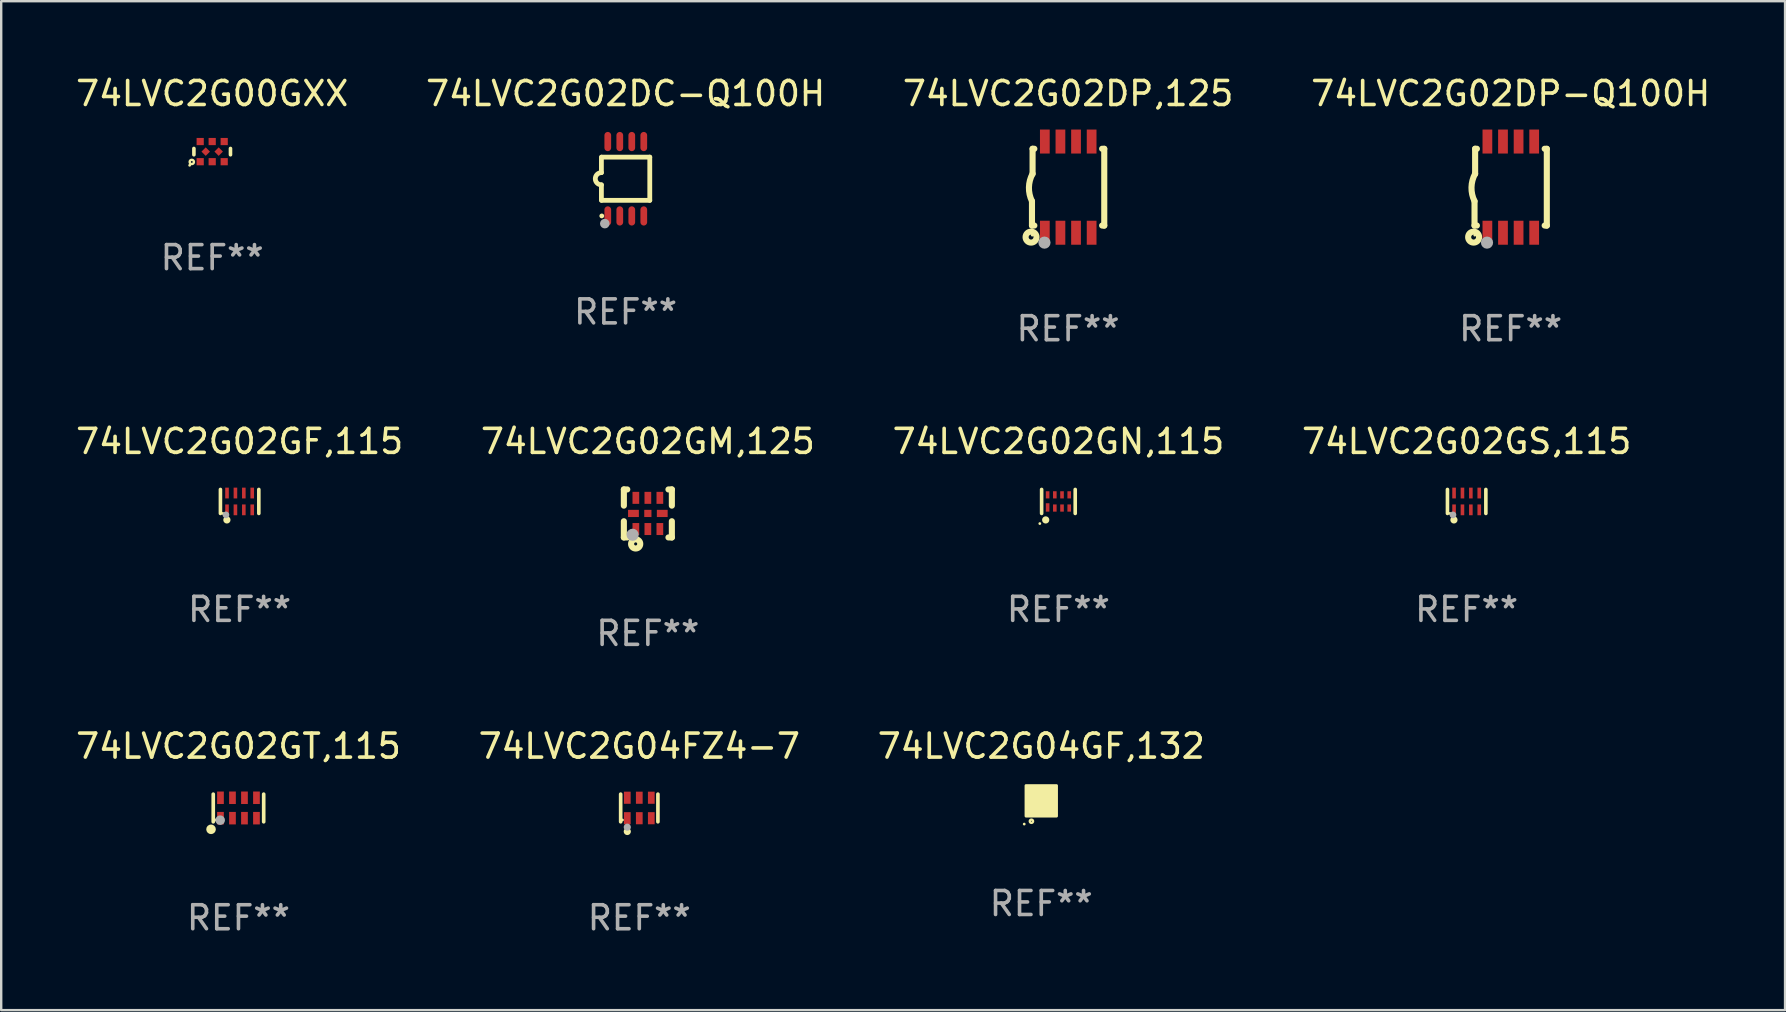
<source format=kicad_pcb>
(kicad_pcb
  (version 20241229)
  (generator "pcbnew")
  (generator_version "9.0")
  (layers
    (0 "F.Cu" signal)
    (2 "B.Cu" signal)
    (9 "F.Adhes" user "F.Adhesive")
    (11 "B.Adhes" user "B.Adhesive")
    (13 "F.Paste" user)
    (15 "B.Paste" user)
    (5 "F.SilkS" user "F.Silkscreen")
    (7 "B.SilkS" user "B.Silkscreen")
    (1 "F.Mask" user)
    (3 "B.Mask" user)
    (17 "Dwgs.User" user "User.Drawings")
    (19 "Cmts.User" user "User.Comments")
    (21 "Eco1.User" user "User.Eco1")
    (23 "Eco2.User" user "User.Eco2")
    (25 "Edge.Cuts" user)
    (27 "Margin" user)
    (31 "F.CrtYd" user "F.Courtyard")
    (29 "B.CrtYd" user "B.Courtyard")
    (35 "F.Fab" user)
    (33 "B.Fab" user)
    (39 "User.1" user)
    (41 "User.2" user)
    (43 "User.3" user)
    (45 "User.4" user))
  (footprint "74LVC2G02GS,115"
    (layer "F.Cu")
    (at 58.065 17.845)
    (property "Reference" "74LVC2G02GS,115" (at 0 -2.5 0) (layer "F.SilkS") (effects (font (size 1 1) (thickness 0.15))))
    (attr through_hole)
    (fp_line (start -0.8 -0.5) (end -0.8 0.5) (stroke (width 0.15) (type solid)) (layer "F.SilkS"))
    (fp_line (start 0.8 -0.5) (end 0.8 0.5) (stroke (width 0.15) (type solid)) (layer "F.SilkS"))
    (fp_circle (center -0.7 0.5) (end -0.67 0.5) (stroke (width 0.06) (type solid)) (fill no) (layer "F.SilkS"))
    (fp_circle (center -0.53 0.77) (end -0.454 0.77) (stroke (width 0.15) (type solid)) (fill no) (layer "F.SilkS"))
    (fp_circle (center -0.57 0.56) (end -0.5 0.56) (stroke (width 0.14) (type solid)) (fill no) (layer "F.Fab"))
    (fp_text user "REF**" (at 0 4.5 0) (layer "F.Fab") (effects (font (size 1 1) (thickness 0.15))))
    (pad "1" smd rect (at -0.525 0.35) (size 0.15 0.45) (layers "F.Cu" "F.Mask" "F.Paste"))
    (pad "2" smd rect (at -0.175 0.35) (size 0.15 0.45) (layers "F.Cu" "F.Mask" "F.Paste"))
    (pad "3" smd rect (at 0.175 0.35) (size 0.15 0.45) (layers "F.Cu" "F.Mask" "F.Paste"))
    (pad "4" smd rect (at 0.525 0.35) (size 0.15 0.45) (layers "F.Cu" "F.Mask" "F.Paste"))
    (pad "5" smd rect (at 0.525 -0.35) (size 0.15 0.45) (layers "F.Cu" "F.Mask" "F.Paste"))
    (pad "6" smd rect (at 0.175 -0.35) (size 0.15 0.45) (layers "F.Cu" "F.Mask" "F.Paste"))
    (pad "7" smd rect (at -0.175 -0.35) (size 0.15 0.45) (layers "F.Cu" "F.Mask" "F.Paste"))
    (pad "8" smd rect (at -0.525 -0.35) (size 0.15 0.45) (layers "F.Cu" "F.Mask" "F.Paste")))
  (footprint "74LVC2G00GXX"
    (layer "F.Cu")
    (at 5.792 3.268)
    (property "Reference" "74LVC2G00GXX" (at 0 -2.42 0) (layer "F.SilkS") (effects (font (size 1 1) (thickness 0.15))))
    (attr through_hole)
    (fp_line (start -0.762 -0.131) (end -0.762 0.131) (stroke (width 0.15) (type solid)) (layer "F.SilkS"))
    (fp_line (start 0.762 -0.131) (end 0.762 0.131) (stroke (width 0.15) (type solid)) (layer "F.SilkS"))
    (fp_circle (center -0.939 0.57) (end -0.909 0.57) (stroke (width 0.06) (type solid)) (fill no) (layer "F.SilkS"))
    (fp_circle (center -0.85 0.43) (end -0.811 0.43) (stroke (width 0.1) (type solid)) (fill no) (layer "F.SilkS"))
    (fp_text user "REF**" (at 0 4.42 0) (layer "F.Fab") (effects (font (size 1 1) (thickness 0.15))))
    (pad "1" smd rect (at -0.5 0.42) (size 0.3 0.3) (layers "F.Cu" "F.Mask" "F.Paste"))
    (pad "2" smd rect (at 0.000127 0.42) (size 0.3 0.3) (layers "F.Cu" "F.Mask" "F.Paste"))
    (pad "3" smd rect (at 0.5 0.42) (size 0.3 0.3) (layers "F.Cu" "F.Mask" "F.Paste"))
    (pad "4" smd rect (at 0.27 0 45) (size 0.25 0.25) (layers "F.Cu" "F.Mask" "F.Paste"))
    (pad "5" smd rect (at 0.5 -0.42) (size 0.3 0.3) (layers "F.Cu" "F.Mask" "F.Paste"))
    (pad "6" smd rect (at 0.000127 -0.42) (size 0.3 0.3) (layers "F.Cu" "F.Mask" "F.Paste"))
    (pad "7" smd rect (at -0.5 -0.42) (size 0.3 0.3) (layers "F.Cu" "F.Mask" "F.Paste"))
    (pad "8" smd rect (at -0.27 0 45) (size 0.25 0.25) (layers "F.Cu" "F.Mask" "F.Paste")))
  (footprint "74LVC2G02GF,115"
    (layer "F.Cu")
    (at 6.935 17.845)
    (property "Reference" "74LVC2G02GF,115" (at 0 -2.5 0) (layer "F.SilkS") (effects (font (size 1 1) (thickness 0.15))))
    (attr through_hole)
    (fp_line (start -0.8 -0.5) (end -0.8 0.5) (stroke (width 0.15) (type solid)) (layer "F.SilkS"))
    (fp_line (start 0.8 -0.5) (end 0.8 0.5) (stroke (width 0.15) (type solid)) (layer "F.SilkS"))
    (fp_circle (center -0.7 0.5) (end -0.67 0.5) (stroke (width 0.06) (type solid)) (fill no) (layer "F.SilkS"))
    (fp_circle (center -0.53 0.77) (end -0.454 0.77) (stroke (width 0.15) (type solid)) (fill no) (layer "F.SilkS"))
    (fp_circle (center -0.57 0.56) (end -0.5 0.56) (stroke (width 0.14) (type solid)) (fill no) (layer "F.Fab"))
    (fp_text user "REF**" (at 0 4.5 0) (layer "F.Fab") (effects (font (size 1 1) (thickness 0.15))))
    (pad "1" smd rect (at -0.525 0.35) (size 0.15 0.45) (layers "F.Cu" "F.Mask" "F.Paste"))
    (pad "2" smd rect (at -0.175 0.35) (size 0.15 0.45) (layers "F.Cu" "F.Mask" "F.Paste"))
    (pad "3" smd rect (at 0.175 0.35) (size 0.15 0.45) (layers "F.Cu" "F.Mask" "F.Paste"))
    (pad "4" smd rect (at 0.525 0.35) (size 0.15 0.45) (layers "F.Cu" "F.Mask" "F.Paste"))
    (pad "5" smd rect (at 0.525 -0.35) (size 0.15 0.45) (layers "F.Cu" "F.Mask" "F.Paste"))
    (pad "6" smd rect (at 0.175 -0.35) (size 0.15 0.45) (layers "F.Cu" "F.Mask" "F.Paste"))
    (pad "7" smd rect (at -0.175 -0.35) (size 0.15 0.45) (layers "F.Cu" "F.Mask" "F.Paste"))
    (pad "8" smd rect (at -0.525 -0.35) (size 0.15 0.45) (layers "F.Cu" "F.Mask" "F.Paste")))
  (footprint "74LVC2G04GF,132"
    (layer "F.Cu")
    (at 40.339 30.321)
    (property "Reference" "74LVC2G04GF,132" (at 0 -2.28 0) (layer "F.SilkS") (effects (font (size 1 1) (thickness 0.15))))
    (attr through_hole)
    (fp_circle (center -0.71 0.968) (end -0.68 0.968) (stroke (width 0.06) (type solid)) (fill no) (layer "F.SilkS"))
    (fp_circle (center -0.41 0.85) (end -0.342 0.85) (stroke (width 0.1) (type solid)) (fill no) (layer "F.SilkS"))
    (fp_poly (pts (xy -0.635 -0.635) (xy 0.635 -0.635) (xy 0.635 0.635) (xy -0.635 0.635)) (stroke (width 0.12) (type solid)) (fill yes) (layer "F.SilkS"))
    (fp_text user "REF**" (at 0 4.28 0) (layer "F.Fab") (effects (font (size 1 1) (thickness 0.15))))
    (pad "1" smd rect (at -0.35 0.28 90) (size 0.35 0.2) (layers "F.Cu" "F.Mask" "F.Paste"))
    (pad "2" smd rect (at 0 0.28 90) (size 0.35 0.2) (layers "F.Cu" "F.Mask" "F.Paste"))
    (pad "3" smd rect (at 0.35 0.28 90) (size 0.35 0.2) (layers "F.Cu" "F.Mask" "F.Paste"))
    (pad "4" smd rect (at 0.35 -0.28 90) (size 0.35 0.2) (layers "F.Cu" "F.Mask" "F.Paste"))
    (pad "5" smd rect (at 0 -0.28 90) (size 0.35 0.2) (layers "F.Cu" "F.Mask" "F.Paste"))
    (pad "6" smd rect (at -0.35 -0.28 90) (size 0.35 0.2) (layers "F.Cu" "F.Mask" "F.Paste")))
  (footprint "74LVC2G02DP,125"
    (layer "F.Cu")
    (at 41.458 4.748)
    (property "Reference" "74LVC2G02DP,125" (at 0 -3.9 0) (layer "F.SilkS") (effects (font (size 1 1) (thickness 0.15))))
    (attr through_hole)
    (fp_line (start -1.506 1.6) (end -1.506 0.584) (stroke (width 0.254) (type solid)) (layer "F.SilkS"))
    (fp_line (start -1.506 1.6) (end -1.407 1.6) (stroke (width 0.254) (type solid)) (layer "F.SilkS"))
    (fp_line (start -1.481 -1.599) (end -1.481 -0.549) (stroke (width 0.254) (type solid)) (layer "F.SilkS"))
    (fp_line (start -1.481 -1.599) (end -1.407 -1.599) (stroke (width 0.254) (type solid)) (layer "F.SilkS"))
    (fp_line (start 1.417 -1.599) (end 1.506 -1.599) (stroke (width 0.254) (type solid)) (layer "F.SilkS"))
    (fp_line (start 1.417 1.6) (end 1.506 1.6) (stroke (width 0.254) (type solid)) (layer "F.SilkS"))
    (fp_line (start 1.506 1.603) (end 1.506 -1.595) (stroke (width 0.254) (type solid)) (layer "F.SilkS"))
    (fp_arc (start -1.506223 0.584328) (mid -1.632455 0.00974) (end -1.480823 -0.558674) (stroke (width 0.254001) (type solid)) (layer "F.SilkS"))
    (fp_circle (center -1.544 2.083) (end -1.443 2.083) (stroke (width 0.254) (type solid)) (fill no) (layer "F.SilkS"))
    (fp_circle (center -1.495 2) (end -1.465 2) (stroke (width 0.06) (type solid)) (fill no) (layer "F.SilkS"))
    (fp_circle (center -0.986 2.312) (end -0.859 2.312) (stroke (width 0.254) (type solid)) (fill no) (layer "F.Fab"))
    (fp_text user "REF**" (at 0 5.9 0) (layer "F.Fab") (effects (font (size 1 1) (thickness 0.15))))
    (pad "1" smd rect (at -0.97 1.9 90) (size 1 0.406) (layers "F.Cu" "F.Mask" "F.Paste"))
    (pad "2" smd rect (at -0.32 1.9 90) (size 1 0.406) (layers "F.Cu" "F.Mask" "F.Paste"))
    (pad "3" smd rect (at 0.33 1.9 90) (size 1 0.406) (layers "F.Cu" "F.Mask" "F.Paste"))
    (pad "4" smd rect (at 0.98 1.9 90) (size 1 0.406) (layers "F.Cu" "F.Mask" "F.Paste"))
    (pad "5" smd rect (at 0.98 -1.9 90) (size 1 0.406) (layers "F.Cu" "F.Mask" "F.Paste"))
    (pad "6" smd rect (at 0.33 -1.9 90) (size 1 0.406) (layers "F.Cu" "F.Mask" "F.Paste"))
    (pad "7" smd rect (at -0.32 -1.9 90) (size 1 0.406) (layers "F.Cu" "F.Mask" "F.Paste"))
    (pad "8" smd rect (at -0.97 -1.9 90) (size 1 0.406) (layers "F.Cu" "F.Mask" "F.Paste")))
  (footprint "74LVC2G02GM,125"
    (layer "F.Cu")
    (at 23.946 18.345)
    (property "Reference" "74LVC2G02GM,125" (at 0 -3 0) (layer "F.SilkS") (effects (font (size 1 1) (thickness 0.15))))
    (attr through_hole)
    (fp_line (start -1 -1) (end -0.858 -1) (stroke (width 0.254) (type solid)) (layer "F.SilkS"))
    (fp_line (start -1 -0.325) (end -1 -1) (stroke (width 0.254) (type solid)) (layer "F.SilkS"))
    (fp_line (start -1 1) (end -1 0.325) (stroke (width 0.254) (type solid)) (layer "F.SilkS"))
    (fp_line (start -0.858 1) (end -1 1) (stroke (width 0.254) (type solid)) (layer "F.SilkS"))
    (fp_line (start 0.858 -1) (end 1 -1) (stroke (width 0.254) (type solid)) (layer "F.SilkS"))
    (fp_line (start 1 -1) (end 1 -0.325) (stroke (width 0.254) (type solid)) (layer "F.SilkS"))
    (fp_line (start 1 0.325) (end 1 1) (stroke (width 0.254) (type solid)) (layer "F.SilkS"))
    (fp_line (start 1 1) (end 0.858 1) (stroke (width 0.254) (type solid)) (layer "F.SilkS"))
    (fp_circle (center -0.8 0.8) (end -0.77 0.8) (stroke (width 0.06) (type solid)) (fill no) (layer "F.SilkS"))
    (fp_circle (center -0.508 1.27) (end -0.444 1.27) (stroke (width 0.254) (type solid)) (fill no) (layer "F.SilkS"))
    (fp_circle (center -0.635 0.889) (end -0.508 0.889) (stroke (width 0.254) (type solid)) (fill no) (layer "F.Fab"))
    (fp_text user "REF**" (at 0 5 0) (layer "F.Fab") (effects (font (size 1 1) (thickness 0.15))))
    (pad "1" smd rect (at -0.5 0.65 90) (size 0.5 0.28) (layers "F.Cu" "F.Mask" "F.Paste"))
    (pad "2" smd rect (at 0.000013 0.65 90) (size 0.5 0.28) (layers "F.Cu" "F.Mask" "F.Paste"))
    (pad "3" smd rect (at 0.5 0.65 90) (size 0.5 0.28) (layers "F.Cu" "F.Mask" "F.Paste"))
    (pad "4" smd rect (at 0.6 0.000076 180) (size 0.45 0.3) (layers "F.Cu" "F.Mask" "F.Paste"))
    (pad "5" smd rect (at 0.5 -0.65 90) (size 0.5 0.28) (layers "F.Cu" "F.Mask" "F.Paste"))
    (pad "6" smd rect (at 0.000013 -0.65 90) (size 0.5 0.28) (layers "F.Cu" "F.Mask" "F.Paste"))
    (pad "7" smd rect (at -0.5 -0.65 90) (size 0.5 0.28) (layers "F.Cu" "F.Mask" "F.Paste"))
    (pad "8" smd rect (at -0.6 0.000076 180) (size 0.45 0.3) (layers "F.Cu" "F.Mask" "F.Paste"))
    (pad "9" smd rect (at 0.000013 0.000076 180) (size 0.3 0.3) (layers "F.Cu" "F.Mask" "F.Paste")))
  (footprint "74LVC2G02GN,115"
    (layer "F.Cu")
    (at 41.054 17.845)
    (property "Reference" "74LVC2G02GN,115" (at 0 -2.5 0) (layer "F.SilkS") (effects (font (size 1 1) (thickness 0.15))))
    (attr through_hole)
    (fp_line (start -0.7 -0.5) (end -0.7 0.5) (stroke (width 0.15) (type solid)) (layer "F.SilkS"))
    (fp_line (start 0.7 -0.5) (end 0.7 0.5) (stroke (width 0.15) (type solid)) (layer "F.SilkS"))
    (fp_circle (center -0.775 0.922) (end -0.745 0.922) (stroke (width 0.06) (type solid)) (fill no) (layer "F.SilkS"))
    (fp_circle (center -0.53 0.77) (end -0.454 0.77) (stroke (width 0.15) (type solid)) (fill no) (layer "F.SilkS"))
    (fp_text user "REF**" (at 0 4.5 0) (layer "F.Fab") (effects (font (size 1 1) (thickness 0.15))))
    (pad "1" smd rect (at -0.45 0.25) (size 0.15 0.35) (layers "F.Cu" "F.Mask" "F.Paste"))
    (pad "2" smd rect (at -0.15 0.275) (size 0.15 0.3) (layers "F.Cu" "F.Mask" "F.Paste"))
    (pad "3" smd rect (at 0.15 0.275) (size 0.15 0.3) (layers "F.Cu" "F.Mask" "F.Paste"))
    (pad "4" smd rect (at 0.45 0.275) (size 0.15 0.3) (layers "F.Cu" "F.Mask" "F.Paste"))
    (pad "5" smd rect (at 0.45 -0.275) (size 0.15 0.3) (layers "F.Cu" "F.Mask" "F.Paste"))
    (pad "6" smd rect (at 0.15 -0.275) (size 0.15 0.3) (layers "F.Cu" "F.Mask" "F.Paste"))
    (pad "7" smd rect (at -0.15 -0.275) (size 0.15 0.3) (layers "F.Cu" "F.Mask" "F.Paste"))
    (pad "8" smd rect (at -0.45 -0.275) (size 0.15 0.3) (layers "F.Cu" "F.Mask" "F.Paste")))
  (footprint "74LVC2G02DC-Q100H"
    (layer "F.Cu")
    (at 23.018 4.398)
    (property "Reference" "74LVC2G02DC-Q100H" (at 0 -3.55 0) (layer "F.SilkS") (effects (font (size 1 1) (thickness 0.15))))
    (attr through_hole)
    (fp_line (start -1.008 -0.254) (end -1.008 -0.9) (stroke (width 0.2) (type solid)) (layer "F.SilkS"))
    (fp_line (start -1.008 0.254) (end -1.008 0.9) (stroke (width 0.2) (type solid)) (layer "F.SilkS"))
    (fp_line (start -0.992 0.9) (end 1.008 0.9) (stroke (width 0.2) (type solid)) (layer "F.SilkS"))
    (fp_line (start 1.008 -0.9) (end -0.992 -0.9) (stroke (width 0.2) (type solid)) (layer "F.SilkS"))
    (fp_line (start 1.008 0.9) (end 1.008 -0.9) (stroke (width 0.2) (type solid)) (layer "F.SilkS"))
    (fp_arc (start -1.008001 0.254001) (mid -1.262002 0) (end -1.008001 -0.254001) (stroke (width 0.2) (type solid)) (layer "F.SilkS"))
    (fp_circle (center -0.992 1.55) (end -0.942 1.55) (stroke (width 0.1) (type solid)) (fill no) (layer "F.SilkS"))
    (fp_circle (center -0.866 1.87) (end -0.766 1.87) (stroke (width 0.2) (type solid)) (fill no) (layer "F.Fab"))
    (fp_text user "REF**" (at 0 5.55 0) (layer "F.Fab") (effects (font (size 1 1) (thickness 0.15))))
    (pad "1" smd oval (at -0.742 1.55 270) (size 0.8 0.28) (layers "F.Cu" "F.Mask" "F.Paste"))
    (pad "2" smd oval (at -0.242 1.55 270) (size 0.8 0.28) (layers "F.Cu" "F.Mask" "F.Paste"))
    (pad "3" smd oval (at 0.258 1.55 270) (size 0.8 0.28) (layers "F.Cu" "F.Mask" "F.Paste"))
    (pad "4" smd oval (at 0.758 1.55 270) (size 0.8 0.28) (layers "F.Cu" "F.Mask" "F.Paste"))
    (pad "5" smd oval (at 0.758 -1.55 270) (size 0.8 0.28) (layers "F.Cu" "F.Mask" "F.Paste"))
    (pad "6" smd oval (at 0.258 -1.55 270) (size 0.8 0.28) (layers "F.Cu" "F.Mask" "F.Paste"))
    (pad "7" smd oval (at -0.242 -1.55 270) (size 0.8 0.28) (layers "F.Cu" "F.Mask" "F.Paste"))
    (pad "8" smd oval (at -0.742 -1.55 270) (size 0.8 0.28) (layers "F.Cu" "F.Mask" "F.Paste")))
  (footprint "74LVC2G04FZ4-7"
    (layer "F.Cu")
    (at 23.589 30.618)
    (property "Reference" "74LVC2G04FZ4-7" (at 0 -2.576 0) (layer "F.SilkS") (effects (font (size 1 1) (thickness 0.15))))
    (attr through_hole)
    (fp_line (start -0.776 0.576) (end -0.776 -0.576) (stroke (width 0.152) (type solid)) (layer "F.SilkS"))
    (fp_line (start 0.776 0.576) (end 0.776 -0.576) (stroke (width 0.152) (type solid)) (layer "F.SilkS"))
    (fp_circle (center -0.7 0.5) (end -0.67 0.5) (stroke (width 0.06) (type solid)) (fill no) (layer "F.SilkS"))
    (fp_circle (center -0.5 0.98) (end -0.425 0.98) (stroke (width 0.15) (type solid)) (fill no) (layer "F.SilkS"))
    (fp_circle (center -0.5 0.8) (end -0.425 0.8) (stroke (width 0.15) (type solid)) (fill no) (layer "F.Fab"))
    (fp_text user "REF**" (at 0 4.576 0) (layer "F.Fab") (effects (font (size 1 1) (thickness 0.15))))
    (pad "1" smd rect (at -0.5 0.427) (size 0.28 0.505) (layers "F.Cu" "F.Mask" "F.Paste"))
    (pad "2" smd rect (at 0 0.427) (size 0.28 0.505) (layers "F.Cu" "F.Mask" "F.Paste"))
    (pad "3" smd rect (at 0.5 0.427) (size 0.28 0.505) (layers "F.Cu" "F.Mask" "F.Paste"))
    (pad "4" smd rect (at 0.5 -0.427) (size 0.28 0.505) (layers "F.Cu" "F.Mask" "F.Paste"))
    (pad "5" smd rect (at 0 -0.427) (size 0.28 0.505) (layers "F.Cu" "F.Mask" "F.Paste"))
    (pad "6" smd rect (at -0.5 -0.427) (size 0.28 0.505) (layers "F.Cu" "F.Mask" "F.Paste")))
  (footprint "74LVC2G02GT,115"
    (layer "F.Cu")
    (at 6.887 30.618)
    (property "Reference" "74LVC2G02GT,115" (at 0 -2.576 0) (layer "F.SilkS") (effects (font (size 1 1) (thickness 0.15))))
    (attr through_hole)
    (fp_line (start -1.051 0.576) (end -1.051 -0.576) (stroke (width 0.152) (type solid)) (layer "F.SilkS"))
    (fp_line (start 1.051 -0.576) (end 1.051 0.576) (stroke (width 0.152) (type solid)) (layer "F.SilkS"))
    (fp_circle (center -1.143 0.889) (end -1.043 0.889) (stroke (width 0.2) (type solid)) (fill no) (layer "F.SilkS"))
    (fp_circle (center -0.975 0.5) (end -0.945 0.5) (stroke (width 0.06) (type solid)) (fill no) (layer "F.SilkS"))
    (fp_circle (center -0.762 0.508) (end -0.662 0.508) (stroke (width 0.2) (type solid)) (fill no) (layer "F.Fab"))
    (fp_text user "REF**" (at 0 4.576 0) (layer "F.Fab") (effects (font (size 1 1) (thickness 0.15))))
    (pad "1" smd rect (at -0.75 0.425) (size 0.28 0.521) (layers "F.Cu" "F.Mask" "F.Paste"))
    (pad "2" smd rect (at -0.25 0.425) (size 0.28 0.521) (layers "F.Cu" "F.Mask" "F.Paste"))
    (pad "3" smd rect (at 0.25 0.425) (size 0.28 0.521) (layers "F.Cu" "F.Mask" "F.Paste"))
    (pad "4" smd rect (at 0.75 0.425) (size 0.28 0.521) (layers "F.Cu" "F.Mask" "F.Paste"))
    (pad "5" smd rect (at 0.75 -0.425) (size 0.28 0.521) (layers "F.Cu" "F.Mask" "F.Paste"))
    (pad "6" smd rect (at 0.25 -0.425) (size 0.28 0.521) (layers "F.Cu" "F.Mask" "F.Paste"))
    (pad "7" smd rect (at -0.25 -0.425) (size 0.28 0.521) (layers "F.Cu" "F.Mask" "F.Paste"))
    (pad "8" smd rect (at -0.75 -0.425) (size 0.28 0.521) (layers "F.Cu" "F.Mask" "F.Paste")))
  (footprint "74LVC2G02DP-Q100H"
    (layer "F.Cu")
    (at 59.899 4.748)
    (property "Reference" "74LVC2G02DP-Q100H" (at 0 -3.9 0) (layer "F.SilkS") (effects (font (size 1 1) (thickness 0.15))))
    (attr through_hole)
    (fp_line (start -1.506 1.6) (end -1.506 0.584) (stroke (width 0.254) (type solid)) (layer "F.SilkS"))
    (fp_line (start -1.506 1.6) (end -1.407 1.6) (stroke (width 0.254) (type solid)) (layer "F.SilkS"))
    (fp_line (start -1.481 -1.599) (end -1.481 -0.549) (stroke (width 0.254) (type solid)) (layer "F.SilkS"))
    (fp_line (start -1.481 -1.599) (end -1.407 -1.599) (stroke (width 0.254) (type solid)) (layer "F.SilkS"))
    (fp_line (start 1.417 -1.599) (end 1.506 -1.599) (stroke (width 0.254) (type solid)) (layer "F.SilkS"))
    (fp_line (start 1.417 1.6) (end 1.506 1.6) (stroke (width 0.254) (type solid)) (layer "F.SilkS"))
    (fp_line (start 1.506 1.603) (end 1.506 -1.595) (stroke (width 0.254) (type solid)) (layer "F.SilkS"))
    (fp_arc (start -1.506223 0.584328) (mid -1.632455 0.00974) (end -1.480823 -0.558674) (stroke (width 0.254001) (type solid)) (layer "F.SilkS"))
    (fp_circle (center -1.544 2.083) (end -1.443 2.083) (stroke (width 0.254) (type solid)) (fill no) (layer "F.SilkS"))
    (fp_circle (center -1.495 2) (end -1.465 2) (stroke (width 0.06) (type solid)) (fill no) (layer "F.SilkS"))
    (fp_circle (center -0.986 2.312) (end -0.859 2.312) (stroke (width 0.254) (type solid)) (fill no) (layer "F.Fab"))
    (fp_text user "REF**" (at 0 5.9 0) (layer "F.Fab") (effects (font (size 1 1) (thickness 0.15))))
    (pad "1" smd rect (at -0.97 1.9 90) (size 1 0.406) (layers "F.Cu" "F.Mask" "F.Paste"))
    (pad "2" smd rect (at -0.32 1.9 90) (size 1 0.406) (layers "F.Cu" "F.Mask" "F.Paste"))
    (pad "3" smd rect (at 0.33 1.9 90) (size 1 0.406) (layers "F.Cu" "F.Mask" "F.Paste"))
    (pad "4" smd rect (at 0.98 1.9 90) (size 1 0.406) (layers "F.Cu" "F.Mask" "F.Paste"))
    (pad "5" smd rect (at 0.98 -1.9 90) (size 1 0.406) (layers "F.Cu" "F.Mask" "F.Paste"))
    (pad "6" smd rect (at 0.33 -1.9 90) (size 1 0.406) (layers "F.Cu" "F.Mask" "F.Paste"))
    (pad "7" smd rect (at -0.32 -1.9 90) (size 1 0.406) (layers "F.Cu" "F.Mask" "F.Paste"))
    (pad "8" smd rect (at -0.97 -1.9 90) (size 1 0.406) (layers "F.Cu" "F.Mask" "F.Paste")))
  (gr_rect
    (start -3 -3)
    (end 71.333 39.042)
    (stroke (width 0.1) (type default))
    (fill no)
    (layer "Edge.Cuts")))
</source>
